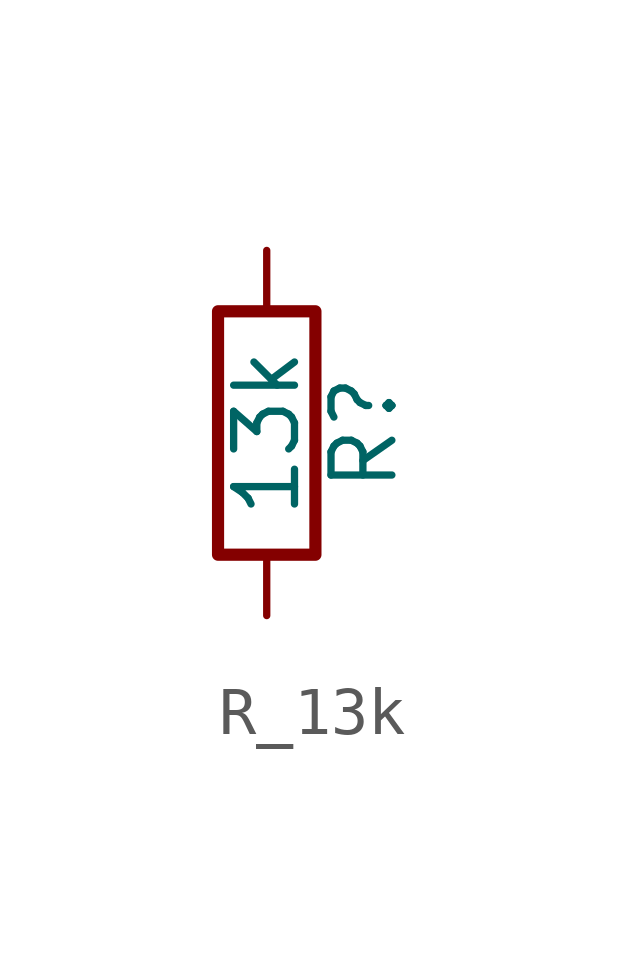
<source format=kicad_sym>
(kicad_symbol_lib
  (version 20241209)
  (generator "kicad_symbol_editor")
  (generator_version "9.0")
  (symbol "R_13k"
    (pin_numbers
      (hide yes))
    (pin_names
      (offset 0))
    (property "Reference" "R"
      (at 2.032 0 90)
      (effects (font (size 1.27 1.27))))
    (property "Value" "13k"
      (at 0 0 90)
      (effects (font (size 1.27 1.27))))
    (symbol "R_13k_0_1"
      (rectangle (start -1.016 -2.54) (end 1.016 2.54) (stroke (width 0.254) (type default)) (fill (type none))))
    (symbol "R_13k_1_1"
      (pin passive line (at 0 3.81 270) (length 1.27) (name "~" (effects (font (size 1.27 1.27)))) (number "1" (effects (font (size 1.27 1.27)))))
      (pin passive line (at 0 -3.81 90) (length 1.27) (name "~" (effects (font (size 1.27 1.27)))) (number "2" (effects (font (size 1.27 1.27))))))))
</source>
